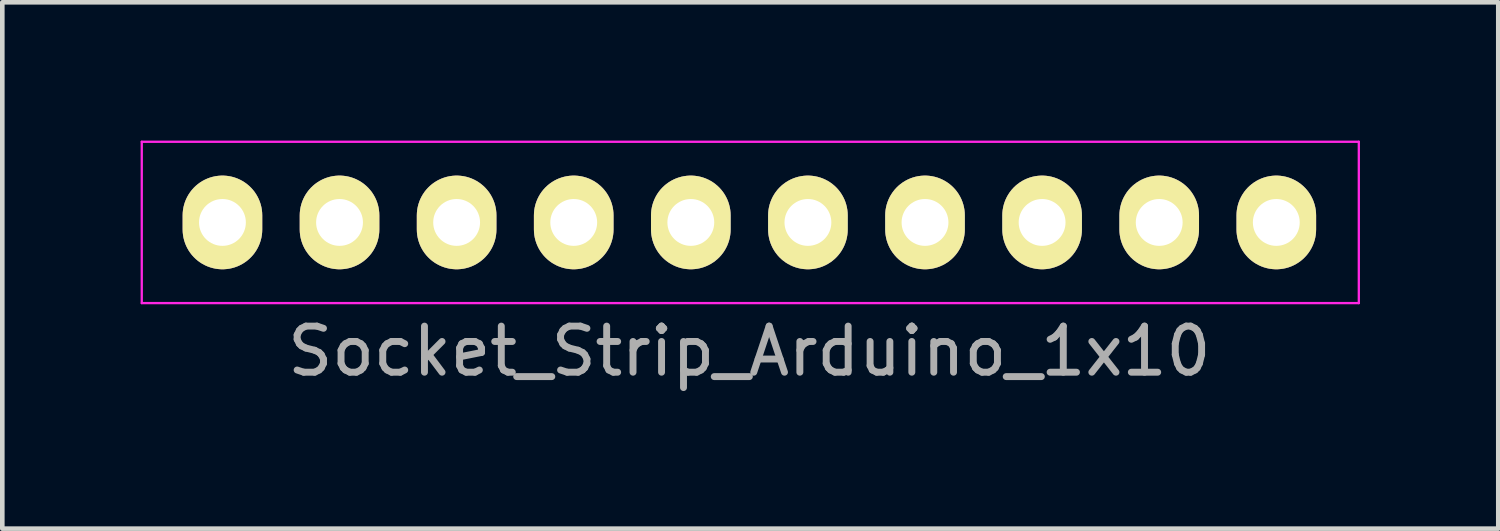
<source format=kicad_pcb>
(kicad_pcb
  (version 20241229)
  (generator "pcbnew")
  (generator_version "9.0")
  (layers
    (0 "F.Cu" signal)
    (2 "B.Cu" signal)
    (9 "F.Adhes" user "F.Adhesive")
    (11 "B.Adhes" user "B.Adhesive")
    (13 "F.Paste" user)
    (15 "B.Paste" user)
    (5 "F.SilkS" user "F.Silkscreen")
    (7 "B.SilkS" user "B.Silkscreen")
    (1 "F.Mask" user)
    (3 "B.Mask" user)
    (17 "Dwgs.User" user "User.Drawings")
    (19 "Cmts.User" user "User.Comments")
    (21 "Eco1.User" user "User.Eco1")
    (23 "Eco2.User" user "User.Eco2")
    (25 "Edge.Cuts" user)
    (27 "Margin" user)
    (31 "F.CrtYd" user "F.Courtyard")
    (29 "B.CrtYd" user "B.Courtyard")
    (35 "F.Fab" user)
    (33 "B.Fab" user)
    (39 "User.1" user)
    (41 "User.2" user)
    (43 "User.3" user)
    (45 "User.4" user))
  (footprint "Socket_Strip_Arduino_1x10"
    (layer "F.Cu")
    (at 1.775 1.775)
    (property "Reference" "Socket_Strip_Arduino_1x10" (at 11.43 2.794 0) (layer "F.Fab") (effects (font (size 1 1) (thickness 0.15))))
    (attr through_hole)
    (fp_line (start -1.75 -1.75) (end -1.75 1.75) (stroke (width 0.05) (type solid)) (layer "F.CrtYd"))
    (fp_line (start -1.75 -1.75) (end 24.65 -1.75) (stroke (width 0.05) (type solid)) (layer "F.CrtYd"))
    (fp_line (start -1.75 1.75) (end 24.65 1.75) (stroke (width 0.05) (type solid)) (layer "F.CrtYd"))
    (fp_line (start 24.65 -1.75) (end 24.65 1.75) (stroke (width 0.05) (type solid)) (layer "F.CrtYd"))
    (pad "1" thru_hole oval (at 0 0) (size 1.727 2.032) (drill 1.016) (layers "*.Cu" "*.Mask" "F.SilkS"))
    (pad "2" thru_hole oval (at 2.54 0) (size 1.727 2.032) (drill 1.016) (layers "*.Cu" "*.Mask" "F.SilkS"))
    (pad "3" thru_hole oval (at 5.08 0) (size 1.727 2.032) (drill 1.016) (layers "*.Cu" "*.Mask" "F.SilkS"))
    (pad "4" thru_hole oval (at 7.62 0) (size 1.727 2.032) (drill 1.016) (layers "*.Cu" "*.Mask" "F.SilkS"))
    (pad "5" thru_hole oval (at 10.16 0) (size 1.727 2.032) (drill 1.016) (layers "*.Cu" "*.Mask" "F.SilkS"))
    (pad "6" thru_hole oval (at 12.7 0) (size 1.727 2.032) (drill 1.016) (layers "*.Cu" "*.Mask" "F.SilkS"))
    (pad "7" thru_hole oval (at 15.24 0) (size 1.727 2.032) (drill 1.016) (layers "*.Cu" "*.Mask" "F.SilkS"))
    (pad "8" thru_hole oval (at 17.78 0) (size 1.727 2.032) (drill 1.016) (layers "*.Cu" "*.Mask" "F.SilkS"))
    (pad "9" thru_hole oval (at 20.32 0) (size 1.727 2.032) (drill 1.016) (layers "*.Cu" "*.Mask" "F.SilkS"))
    (pad "10" thru_hole oval (at 22.86 0) (size 1.727 2.032) (drill 1.016) (layers "*.Cu" "*.Mask" "F.SilkS")))
  (gr_rect
    (start -3 -3)
    (end 29.45 8.417)
    (stroke (width 0.1) (type default))
    (fill no)
    (layer "Edge.Cuts")))
</source>
